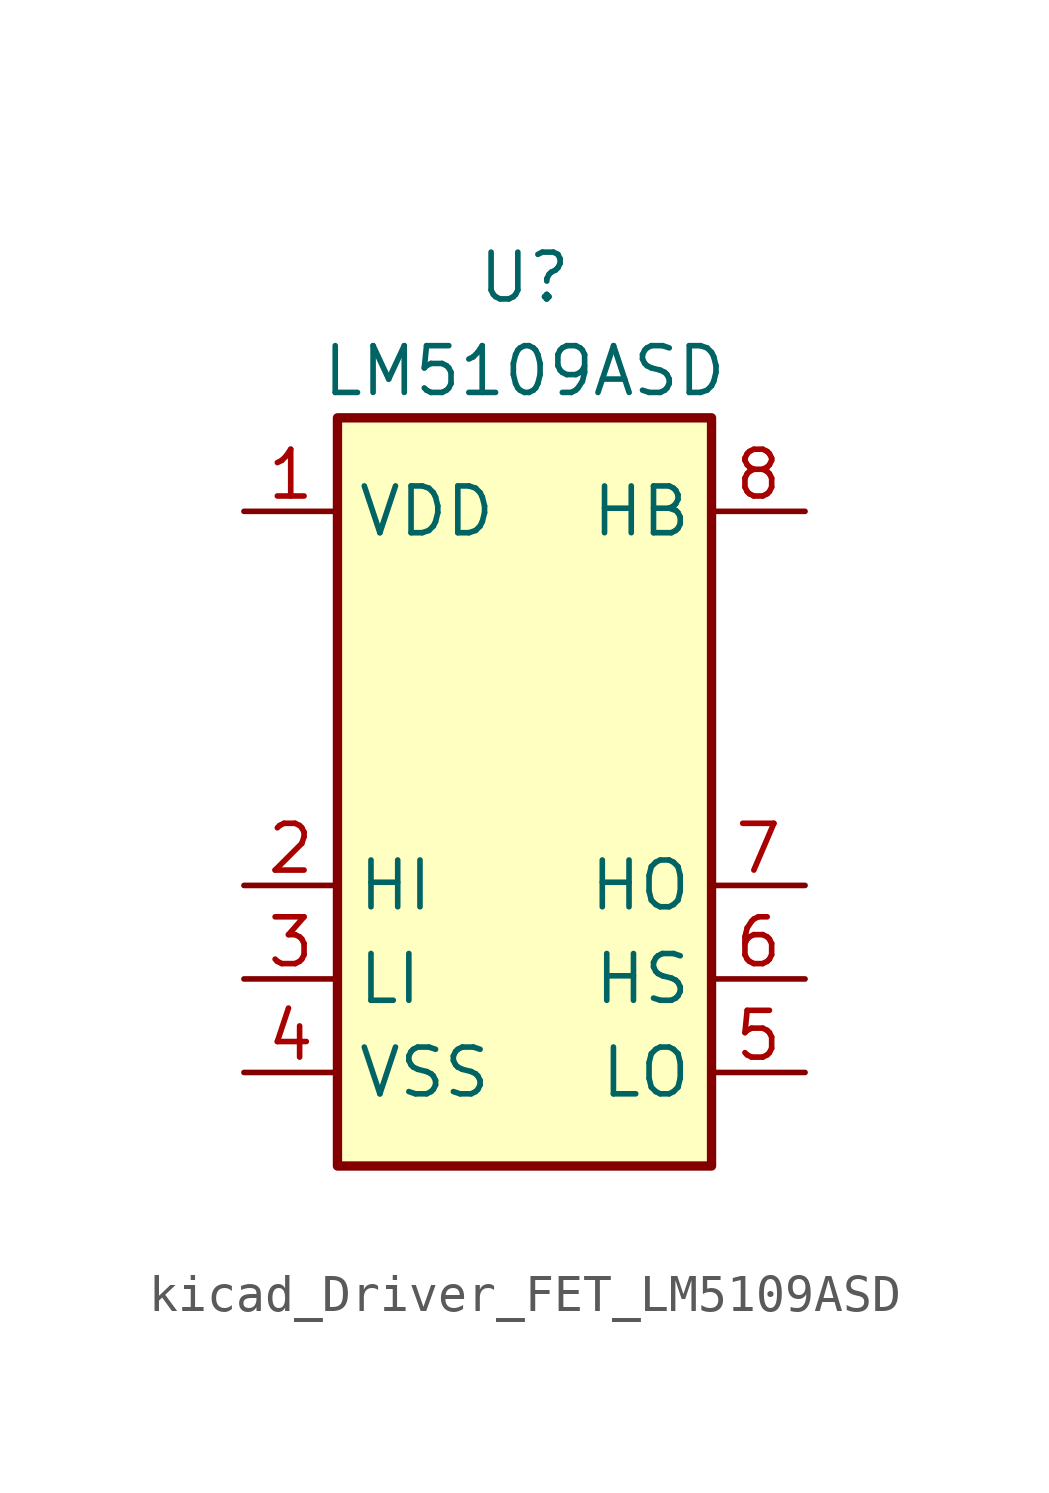
<source format=kicad_sym>
(kicad_symbol_lib
  (version 20220914)
  (generator kicad_symbol_editor)
  (symbol "kicad_Driver_FET_LM5109ASD"
    (property "Reference" "U"
      (at 0 13.97 0)
      (effects (font (size 1.27 1.27))))
    (property "Value" "LM5109ASD"
      (at 0 11.43 0)
      (effects (font (size 1.27 1.27))))
    (symbol "kicad_Driver_FET_LM5109ASD_0_1"
      (rectangle (start -5.08 -10.16) (end 5.08 10.16) (stroke (width 0.254) (type default)) (fill (type background))))
    (symbol "kicad_Driver_FET_LM5109ASD_1_1"
      (pin power_in line (at -7.62 7.62 0) (length 2.54) (name "VDD" (effects (font (size 1.27 1.27)))) (number "1" (effects (font (size 1.27 1.27)))))
      (pin input line (at -7.62 -2.54 0) (length 2.54) (name "HI" (effects (font (size 1.27 1.27)))) (number "2" (effects (font (size 1.27 1.27)))))
      (pin input line (at -7.62 -5.08 0) (length 2.54) (name "LI" (effects (font (size 1.27 1.27)))) (number "3" (effects (font (size 1.27 1.27)))))
      (pin power_in line (at -7.62 -7.62 0) (length 2.54) (name "VSS" (effects (font (size 1.27 1.27)))) (number "4" (effects (font (size 1.27 1.27)))))
      (pin output line (at 7.62 -7.62 180) (length 2.54) (name "LO" (effects (font (size 1.27 1.27)))) (number "5" (effects (font (size 1.27 1.27)))))
      (pin passive line (at 7.62 -5.08 180) (length 2.54) (name "HS" (effects (font (size 1.27 1.27)))) (number "6" (effects (font (size 1.27 1.27)))))
      (pin output line (at 7.62 -2.54 180) (length 2.54) (name "HO" (effects (font (size 1.27 1.27)))) (number "7" (effects (font (size 1.27 1.27)))))
      (pin passive line (at 7.62 7.62 180) (length 2.54) (name "HB" (effects (font (size 1.27 1.27)))) (number "8" (effects (font (size 1.27 1.27)))))
      (pin passive line (at -7.62 -7.62 0) (length 2.54) hide (name "VSS" (effects (font (size 1.27 1.27)))) (number "9" (effects (font (size 1.27 1.27))))))))
</source>
